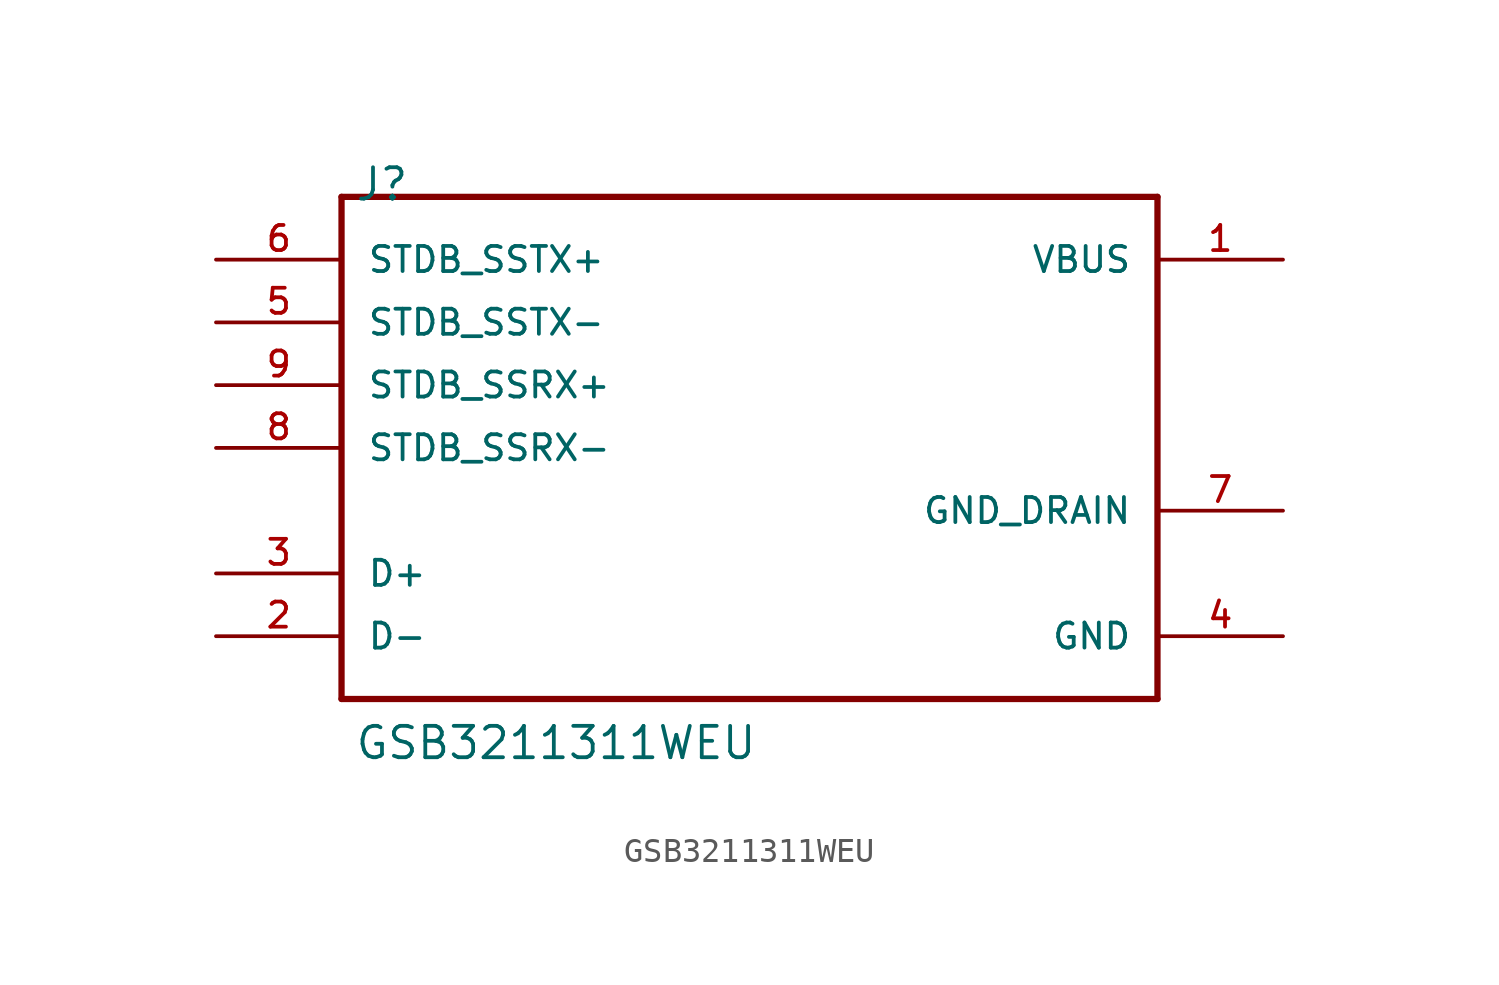
<source format=kicad_sym>
(kicad_symbol_lib
  (version 20231120)
  (generator "kicad_symbol_editor")
  (generator_version "8.0")
  (symbol "GSB3211311WEU"
    (pin_names
      (offset 1.016))
    (property "Reference" "J"
      (at -17.272 10.668 0)
      (effects (font (size 1.27 1.27)) (justify left)))
    (property "Value" "GSB3211311WEU"
      (at -17.272 -11.938 0)
      (effects (font (size 1.27 1.27)) (justify left)))
    (property "ki_locked" ""
      (at 0 0 0)
      (effects (font (size 1.27 1.27))))
    (symbol "GSB3211311WEU_0_0"
      (polyline (pts (xy -17.78 -10.16) (xy 15.24 -10.16)) (stroke (width 0.254) (type solid)) (fill (type none)))
      (polyline (pts (xy -17.78 10.16) (xy -17.78 -10.16)) (stroke (width 0.254) (type solid)) (fill (type none)))
      (polyline (pts (xy 15.24 -10.16) (xy 15.24 10.16)) (stroke (width 0.254) (type solid)) (fill (type none)))
      (polyline (pts (xy 15.24 10.16) (xy -17.78 10.16)) (stroke (width 0.254) (type solid)) (fill (type none)))
      (pin power_out line (at 20.32 7.62 180) (length 5.08) (name "VBUS" (effects (font (size 1.016 1.016)))) (number "1" (effects (font (size 1.016 1.016)))))
      (pin bidirectional line (at -22.86 -7.62 0) (length 5.08) (name "D-" (effects (font (size 1.016 1.016)))) (number "2" (effects (font (size 1.016 1.016)))))
      (pin bidirectional line (at -22.86 -5.08 0) (length 5.08) (name "D+" (effects (font (size 1.016 1.016)))) (number "3" (effects (font (size 1.016 1.016)))))
      (pin power_out line (at 20.32 -7.62 180) (length 5.08) (name "GND" (effects (font (size 1.016 1.016)))) (number "4" (effects (font (size 1.016 1.016)))))
      (pin bidirectional line (at -22.86 5.08 0) (length 5.08) (name "STDB_SSTX-" (effects (font (size 1.016 1.016)))) (number "5" (effects (font (size 1.016 1.016)))))
      (pin bidirectional line (at -22.86 7.62 0) (length 5.08) (name "STDB_SSTX+" (effects (font (size 1.016 1.016)))) (number "6" (effects (font (size 1.016 1.016)))))
      (pin input line (at 20.32 -2.54 180) (length 5.08) (name "GND_DRAIN" (effects (font (size 1.016 1.016)))) (number "7" (effects (font (size 1.016 1.016)))))
      (pin bidirectional line (at -22.86 0 0) (length 5.08) (name "STDB_SSRX-" (effects (font (size 1.016 1.016)))) (number "8" (effects (font (size 1.016 1.016)))))
      (pin bidirectional line (at -22.86 2.54 0) (length 5.08) (name "STDB_SSRX+" (effects (font (size 1.016 1.016)))) (number "9" (effects (font (size 1.016 1.016))))))))
</source>
